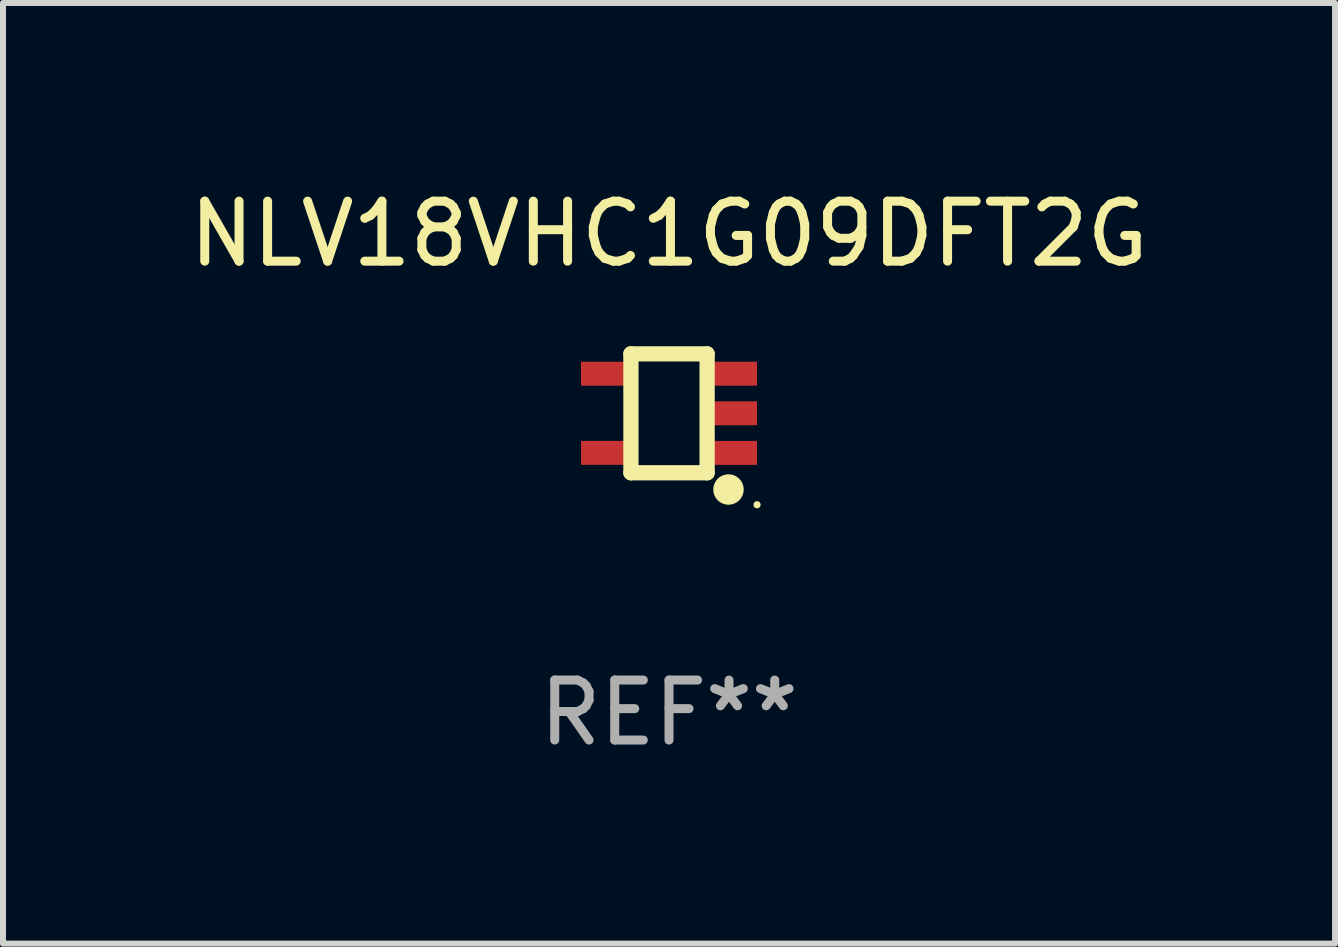
<source format=kicad_pcb>
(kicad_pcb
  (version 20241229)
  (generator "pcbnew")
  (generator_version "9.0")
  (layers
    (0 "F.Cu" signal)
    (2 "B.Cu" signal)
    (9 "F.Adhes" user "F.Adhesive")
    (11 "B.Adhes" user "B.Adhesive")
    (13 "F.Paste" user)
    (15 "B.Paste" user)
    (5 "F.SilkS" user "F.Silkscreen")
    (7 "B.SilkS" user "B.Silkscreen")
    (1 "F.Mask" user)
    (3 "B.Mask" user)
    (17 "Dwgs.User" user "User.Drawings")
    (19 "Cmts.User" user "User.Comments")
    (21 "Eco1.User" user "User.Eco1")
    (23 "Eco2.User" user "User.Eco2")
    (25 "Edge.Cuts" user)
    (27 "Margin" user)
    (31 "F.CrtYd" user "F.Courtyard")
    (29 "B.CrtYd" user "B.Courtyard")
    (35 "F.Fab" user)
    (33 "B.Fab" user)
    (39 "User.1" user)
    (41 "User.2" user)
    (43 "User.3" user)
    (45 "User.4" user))
  (footprint "NLV18VHC1G09DFT2G"
    (layer "F.Cu")
    (at 8.101 3.839)
    (property "Reference" "NLV18VHC1G09DFT2G" (at 0 -2.991 0) (layer "F.SilkS") (effects (font (size 1 1) (thickness 0.15))))
    (attr through_hole)
    (fp_line (start -0.635 -0.991) (end 0.635 -0.991) (stroke (width 0.254) (type solid)) (layer "F.SilkS"))
    (fp_line (start -0.635 0.991) (end -0.635 -0.991) (stroke (width 0.254) (type solid)) (layer "F.SilkS"))
    (fp_line (start 0.635 -0.991) (end 0.635 0.991) (stroke (width 0.254) (type solid)) (layer "F.SilkS"))
    (fp_line (start 0.635 0.991) (end -0.635 0.991) (stroke (width 0.254) (type solid)) (layer "F.SilkS"))
    (fp_circle (center 0.991 1.27) (end 1.118 1.27) (stroke (width 0.254) (type solid)) (fill no) (layer "F.SilkS"))
    (fp_circle (center 1.467 1.524) (end 1.497 1.524) (stroke (width 0.06) (type solid)) (fill no) (layer "F.SilkS"))
    (fp_text user "REF**" (at 0 4.991 0) (layer "F.Fab") (effects (font (size 1 1) (thickness 0.15))))
    (pad "1" smd rect (at 1.067 0.66 180) (size 0.8 0.399) (layers "F.Cu" "F.Mask" "F.Paste"))
    (pad "2" smd rect (at 1.067 0 180) (size 0.8 0.399) (layers "F.Cu" "F.Mask" "F.Paste"))
    (pad "3" smd rect (at 1.067 -0.66 180) (size 0.8 0.399) (layers "F.Cu" "F.Mask" "F.Paste"))
    (pad "4" smd rect (at -1.067 -0.66 180) (size 0.8 0.399) (layers "F.Cu" "F.Mask" "F.Paste"))
    (pad "5" smd rect (at -1.066 0.659 180) (size 0.8 0.399) (layers "F.Cu" "F.Mask" "F.Paste")))
  (gr_rect
    (start -3 -3)
    (end 19.202 12.678)
    (stroke (width 0.1) (type default))
    (fill no)
    (layer "Edge.Cuts")))
</source>
